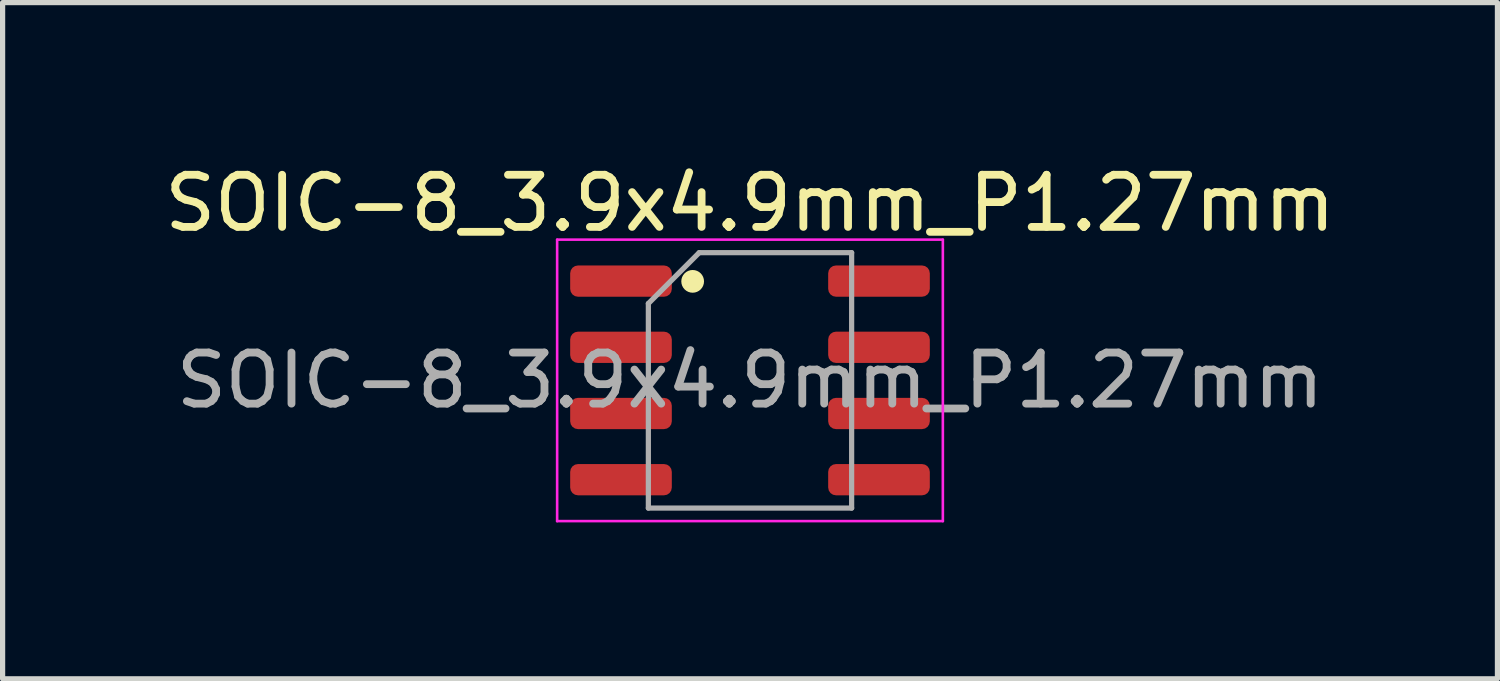
<source format=kicad_pcb>
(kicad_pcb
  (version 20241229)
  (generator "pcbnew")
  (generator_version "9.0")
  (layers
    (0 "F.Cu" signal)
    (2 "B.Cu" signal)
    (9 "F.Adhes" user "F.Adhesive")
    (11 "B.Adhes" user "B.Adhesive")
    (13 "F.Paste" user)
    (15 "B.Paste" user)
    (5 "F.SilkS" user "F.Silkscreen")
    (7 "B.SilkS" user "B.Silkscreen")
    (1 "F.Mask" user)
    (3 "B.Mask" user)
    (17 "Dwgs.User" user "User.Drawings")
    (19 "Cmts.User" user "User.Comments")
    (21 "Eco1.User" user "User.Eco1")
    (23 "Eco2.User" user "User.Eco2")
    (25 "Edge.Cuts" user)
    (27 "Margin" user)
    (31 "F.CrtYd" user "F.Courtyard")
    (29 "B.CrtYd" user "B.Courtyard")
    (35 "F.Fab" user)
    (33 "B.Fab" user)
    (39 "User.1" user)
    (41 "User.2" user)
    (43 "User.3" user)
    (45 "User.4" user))
  (footprint "SOIC-8_3.9x4.9mm_P1.27mm"
    (layer "F.Cu")
    (at 11.339 4.248)
    (property "Reference" "SOIC-8_3.9x4.9mm_P1.27mm" (at 0 -3.4 0) (layer "F.SilkS") (effects (font (size 1 1) (thickness 0.15))))
    (attr smd)
    (fp_circle (center -1.1 -1.9) (end -0.942 -1.9) (stroke (width 0.12) (type solid)) (fill yes) (layer "F.SilkS"))
    (fp_line (start -3.7 -2.7) (end -3.7 2.7) (stroke (width 0.05) (type solid)) (layer "F.CrtYd"))
    (fp_line (start -3.7 2.7) (end 3.7 2.7) (stroke (width 0.05) (type solid)) (layer "F.CrtYd"))
    (fp_line (start 3.7 -2.7) (end -3.7 -2.7) (stroke (width 0.05) (type solid)) (layer "F.CrtYd"))
    (fp_line (start 3.7 2.7) (end 3.7 -2.7) (stroke (width 0.05) (type solid)) (layer "F.CrtYd"))
    (fp_line (start -1.95 -1.475) (end -0.975 -2.45) (stroke (width 0.1) (type solid)) (layer "F.Fab"))
    (fp_line (start -1.95 2.45) (end -1.95 -1.475) (stroke (width 0.1) (type solid)) (layer "F.Fab"))
    (fp_line (start -0.975 -2.45) (end 1.95 -2.45) (stroke (width 0.1) (type solid)) (layer "F.Fab"))
    (fp_line (start 1.95 -2.45) (end 1.95 2.45) (stroke (width 0.1) (type solid)) (layer "F.Fab"))
    (fp_line (start 1.95 2.45) (end -1.95 2.45) (stroke (width 0.1) (type solid)) (layer "F.Fab"))
    (fp_text user "${REFERENCE}" (at 0 0 0) (layer "F.Fab") (effects (font (size 0.98 0.98) (thickness 0.15))))
    (pad "1" smd roundrect (at -2.475 -1.905) (size 1.95 0.6) (layers "F.Cu" "F.Mask" "F.Paste") (roundrect_rratio 0.25))
    (pad "2" smd roundrect (at -2.475 -0.635) (size 1.95 0.6) (layers "F.Cu" "F.Mask" "F.Paste") (roundrect_rratio 0.25))
    (pad "3" smd roundrect (at -2.475 0.635) (size 1.95 0.6) (layers "F.Cu" "F.Mask" "F.Paste") (roundrect_rratio 0.25))
    (pad "4" smd roundrect (at -2.475 1.905) (size 1.95 0.6) (layers "F.Cu" "F.Mask" "F.Paste") (roundrect_rratio 0.25))
    (pad "5" smd roundrect (at 2.475 1.905) (size 1.95 0.6) (layers "F.Cu" "F.Mask" "F.Paste") (roundrect_rratio 0.25))
    (pad "6" smd roundrect (at 2.475 0.635) (size 1.95 0.6) (layers "F.Cu" "F.Mask" "F.Paste") (roundrect_rratio 0.25))
    (pad "7" smd roundrect (at 2.475 -0.635) (size 1.95 0.6) (layers "F.Cu" "F.Mask" "F.Paste") (roundrect_rratio 0.25))
    (pad "8" smd roundrect (at 2.475 -1.905) (size 1.95 0.6) (layers "F.Cu" "F.Mask" "F.Paste") (roundrect_rratio 0.25)))
  (gr_rect
    (start -3 -3)
    (end 25.679 9.973)
    (stroke (width 0.1) (type default))
    (fill no)
    (layer "Edge.Cuts")))
</source>
